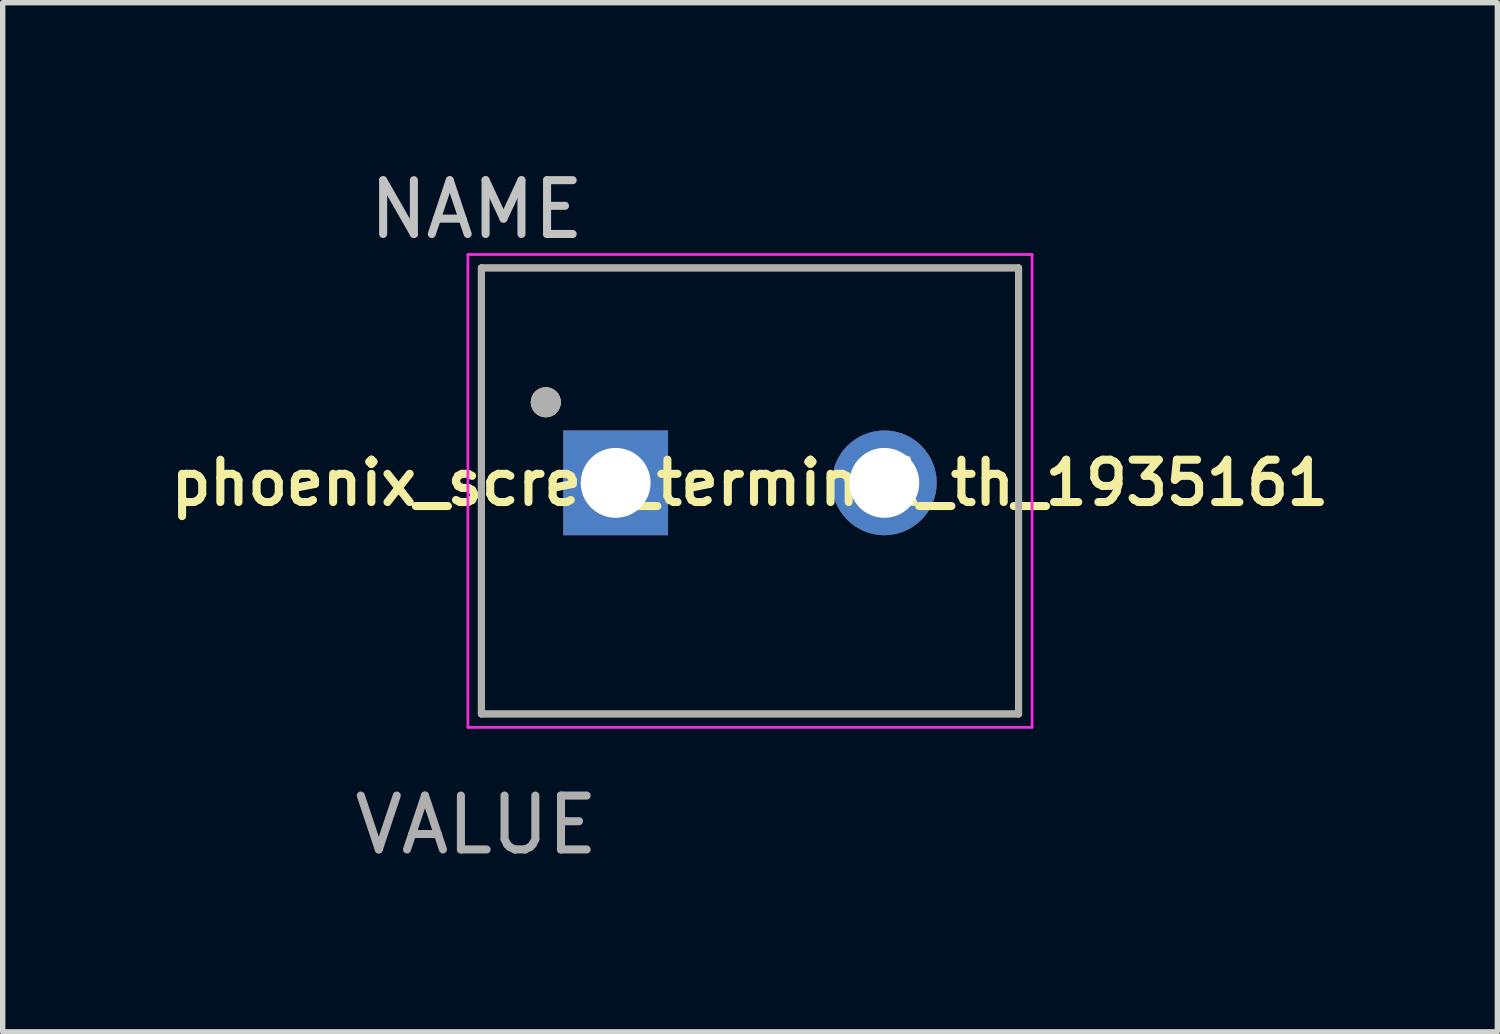
<source format=kicad_pcb>
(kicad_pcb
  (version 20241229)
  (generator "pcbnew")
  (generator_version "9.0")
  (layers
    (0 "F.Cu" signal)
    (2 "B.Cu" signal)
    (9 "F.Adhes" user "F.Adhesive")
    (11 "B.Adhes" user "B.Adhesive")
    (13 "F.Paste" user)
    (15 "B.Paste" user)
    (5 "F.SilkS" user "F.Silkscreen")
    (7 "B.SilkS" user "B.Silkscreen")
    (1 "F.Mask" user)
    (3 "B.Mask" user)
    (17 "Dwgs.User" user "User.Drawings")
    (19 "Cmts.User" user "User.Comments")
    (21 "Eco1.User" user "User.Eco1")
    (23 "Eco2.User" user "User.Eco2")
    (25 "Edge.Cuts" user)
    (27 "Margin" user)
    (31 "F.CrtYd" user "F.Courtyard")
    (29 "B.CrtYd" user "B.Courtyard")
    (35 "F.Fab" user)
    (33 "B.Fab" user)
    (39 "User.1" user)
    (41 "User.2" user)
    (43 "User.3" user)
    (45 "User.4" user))
  (footprint "phoenix_screw_terminal_th_1935161"
    (layer "F.Cu")
    (at 10.907 5.936)
    (property "Reference" "phoenix_screw_terminal_th_1935161" (at 0 0 0) (layer "F.SilkS") (effects (font (size 0.787 0.787) (thickness 0.15))))
    (attr through_hole)
    (fp_line (start -5 -4) (end 5 -4) (stroke (width 0.127) (type solid)) (layer "F.SilkS"))
    (fp_line (start -5 4.3) (end -5 -4) (stroke (width 0.127) (type solid)) (layer "F.SilkS"))
    (fp_line (start 5 -4) (end 5 4.3) (stroke (width 0.127) (type solid)) (layer "F.SilkS"))
    (fp_line (start 5 4.3) (end -5 4.3) (stroke (width 0.127) (type solid)) (layer "F.SilkS"))
    (fp_circle (center -3.8 -1.5) (end -3.66 -1.5) (stroke (width 0.28) (type solid)) (fill no) (layer "F.SilkS"))
    (fp_line (start -5.25 -4.25) (end 5.25 -4.25) (stroke (width 0.05) (type solid)) (layer "F.CrtYd"))
    (fp_line (start -5.25 4.55) (end -5.25 -4.25) (stroke (width 0.05) (type solid)) (layer "F.CrtYd"))
    (fp_line (start 5.25 -4.25) (end 5.25 4.55) (stroke (width 0.05) (type solid)) (layer "F.CrtYd"))
    (fp_line (start 5.25 4.55) (end -5.25 4.55) (stroke (width 0.05) (type solid)) (layer "F.CrtYd"))
    (fp_line (start -5 -4) (end 5 -4) (stroke (width 0.127) (type solid)) (layer "F.Fab"))
    (fp_line (start -5 4.3) (end -5 -4) (stroke (width 0.127) (type solid)) (layer "F.Fab"))
    (fp_line (start 5 -4) (end 5 4.3) (stroke (width 0.127) (type solid)) (layer "F.Fab"))
    (fp_line (start 5 4.3) (end -5 4.3) (stroke (width 0.127) (type solid)) (layer "F.Fab"))
    (fp_circle (center -3.8 -1.5) (end -3.66 -1.5) (stroke (width 0.28) (type solid)) (fill no) (layer "F.Fab"))
    (fp_text user "NAME" (at -5.087 -5.087 0) (layer "Dwgs.User") (effects (font (size 1.001 1.001) (thickness 0.15))))
    (fp_text user "VALUE" (at -5.093 6.366 0) (layer "F.Fab") (effects (font (size 1.003 1.003) (thickness 0.15))))
    (pad "1" thru_hole rect (at -2.5 0) (size 1.95 1.95) (drill 1.3) (layers "*.Cu" "*.Mask"))
    (pad "2" thru_hole circle (at 2.5 0) (size 1.95 1.95) (drill 1.3) (layers "*.Cu" "*.Mask")))
  (gr_rect
    (start -3 -3)
    (end 24.815 16.152)
    (stroke (width 0.1) (type default))
    (fill no)
    (layer "Edge.Cuts")))
</source>
